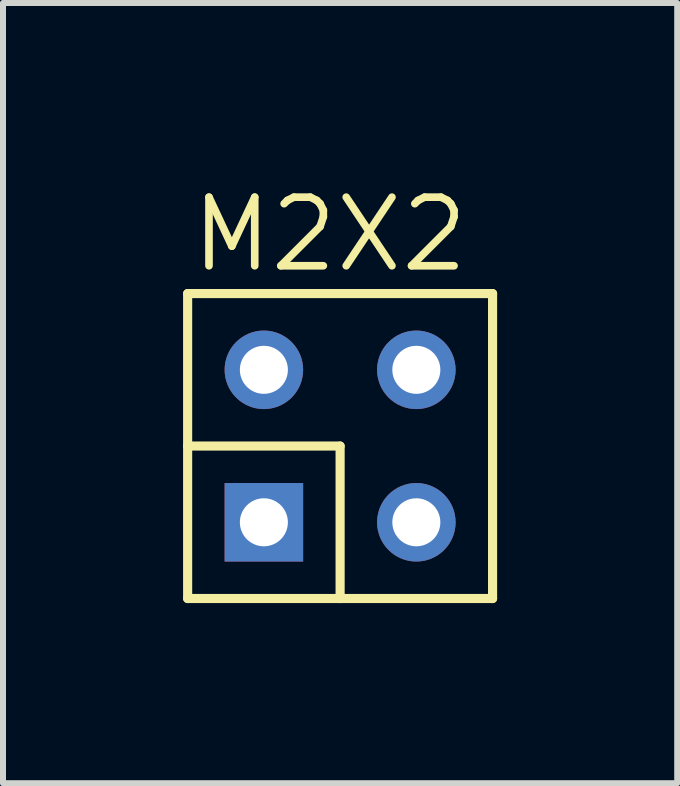
<source format=kicad_pcb>
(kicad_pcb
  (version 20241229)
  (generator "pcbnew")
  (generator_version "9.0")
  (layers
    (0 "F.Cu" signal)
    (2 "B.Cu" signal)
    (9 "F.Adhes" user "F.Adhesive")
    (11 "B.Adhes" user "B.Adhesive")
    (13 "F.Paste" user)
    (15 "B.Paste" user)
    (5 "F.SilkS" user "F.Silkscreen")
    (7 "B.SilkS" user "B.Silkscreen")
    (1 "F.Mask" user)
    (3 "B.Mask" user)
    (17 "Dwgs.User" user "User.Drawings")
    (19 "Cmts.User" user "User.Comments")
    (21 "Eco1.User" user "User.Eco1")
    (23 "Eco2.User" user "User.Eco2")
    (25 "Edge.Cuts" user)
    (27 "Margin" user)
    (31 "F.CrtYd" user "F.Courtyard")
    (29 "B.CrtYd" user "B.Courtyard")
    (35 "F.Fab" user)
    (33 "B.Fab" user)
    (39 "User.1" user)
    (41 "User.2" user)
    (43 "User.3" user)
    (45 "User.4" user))
  (footprint "M2X2"
    (layer "F.Cu")
    (at 2.616 4.381)
    (property "Reference" "M2X2" (at -2.54 -2.857 0) (unlocked yes) (layer "F.SilkS") (effects (font (size 1.143 1.143) (thickness 0.127)) (justify left bottom)))
    (fp_line (start -2.54 -2.54) (end -2.54 0) (stroke (width 0.152) (type solid)) (layer "F.SilkS"))
    (fp_line (start -2.54 0) (end -2.54 2.54) (stroke (width 0.152) (type solid)) (layer "F.SilkS"))
    (fp_line (start -2.54 2.54) (end 0 2.54) (stroke (width 0.152) (type solid)) (layer "F.SilkS"))
    (fp_line (start 0 0) (end -2.54 0) (stroke (width 0.152) (type solid)) (layer "F.SilkS"))
    (fp_line (start 0 0) (end 0 2.54) (stroke (width 0.152) (type solid)) (layer "F.SilkS"))
    (fp_line (start 0 2.54) (end 2.54 2.54) (stroke (width 0.152) (type solid)) (layer "F.SilkS"))
    (fp_line (start 2.54 -2.54) (end -2.54 -2.54) (stroke (width 0.152) (type solid)) (layer "F.SilkS"))
    (fp_line (start 2.54 2.54) (end 2.54 -2.54) (stroke (width 0.152) (type solid)) (layer "F.SilkS"))
    (pad "1" thru_hole rect (at -1.27 1.27) (size 1.308 1.308) (drill 0.8) (layers "*.Cu" "*.Mask"))
    (pad "2" thru_hole circle (at -1.27 -1.27) (size 1.308 1.308) (drill 0.8) (layers "*.Cu" "*.Mask"))
    (pad "3" thru_hole circle (at 1.27 1.27) (size 1.308 1.308) (drill 0.8) (layers "*.Cu" "*.Mask"))
    (pad "4" thru_hole circle (at 1.27 -1.27) (size 1.308 1.308) (drill 0.8) (layers "*.Cu" "*.Mask")))
  (gr_rect
    (start -3 -3)
    (end 8.232 9.998)
    (stroke (width 0.1) (type default))
    (fill no)
    (layer "Edge.Cuts")))
</source>
